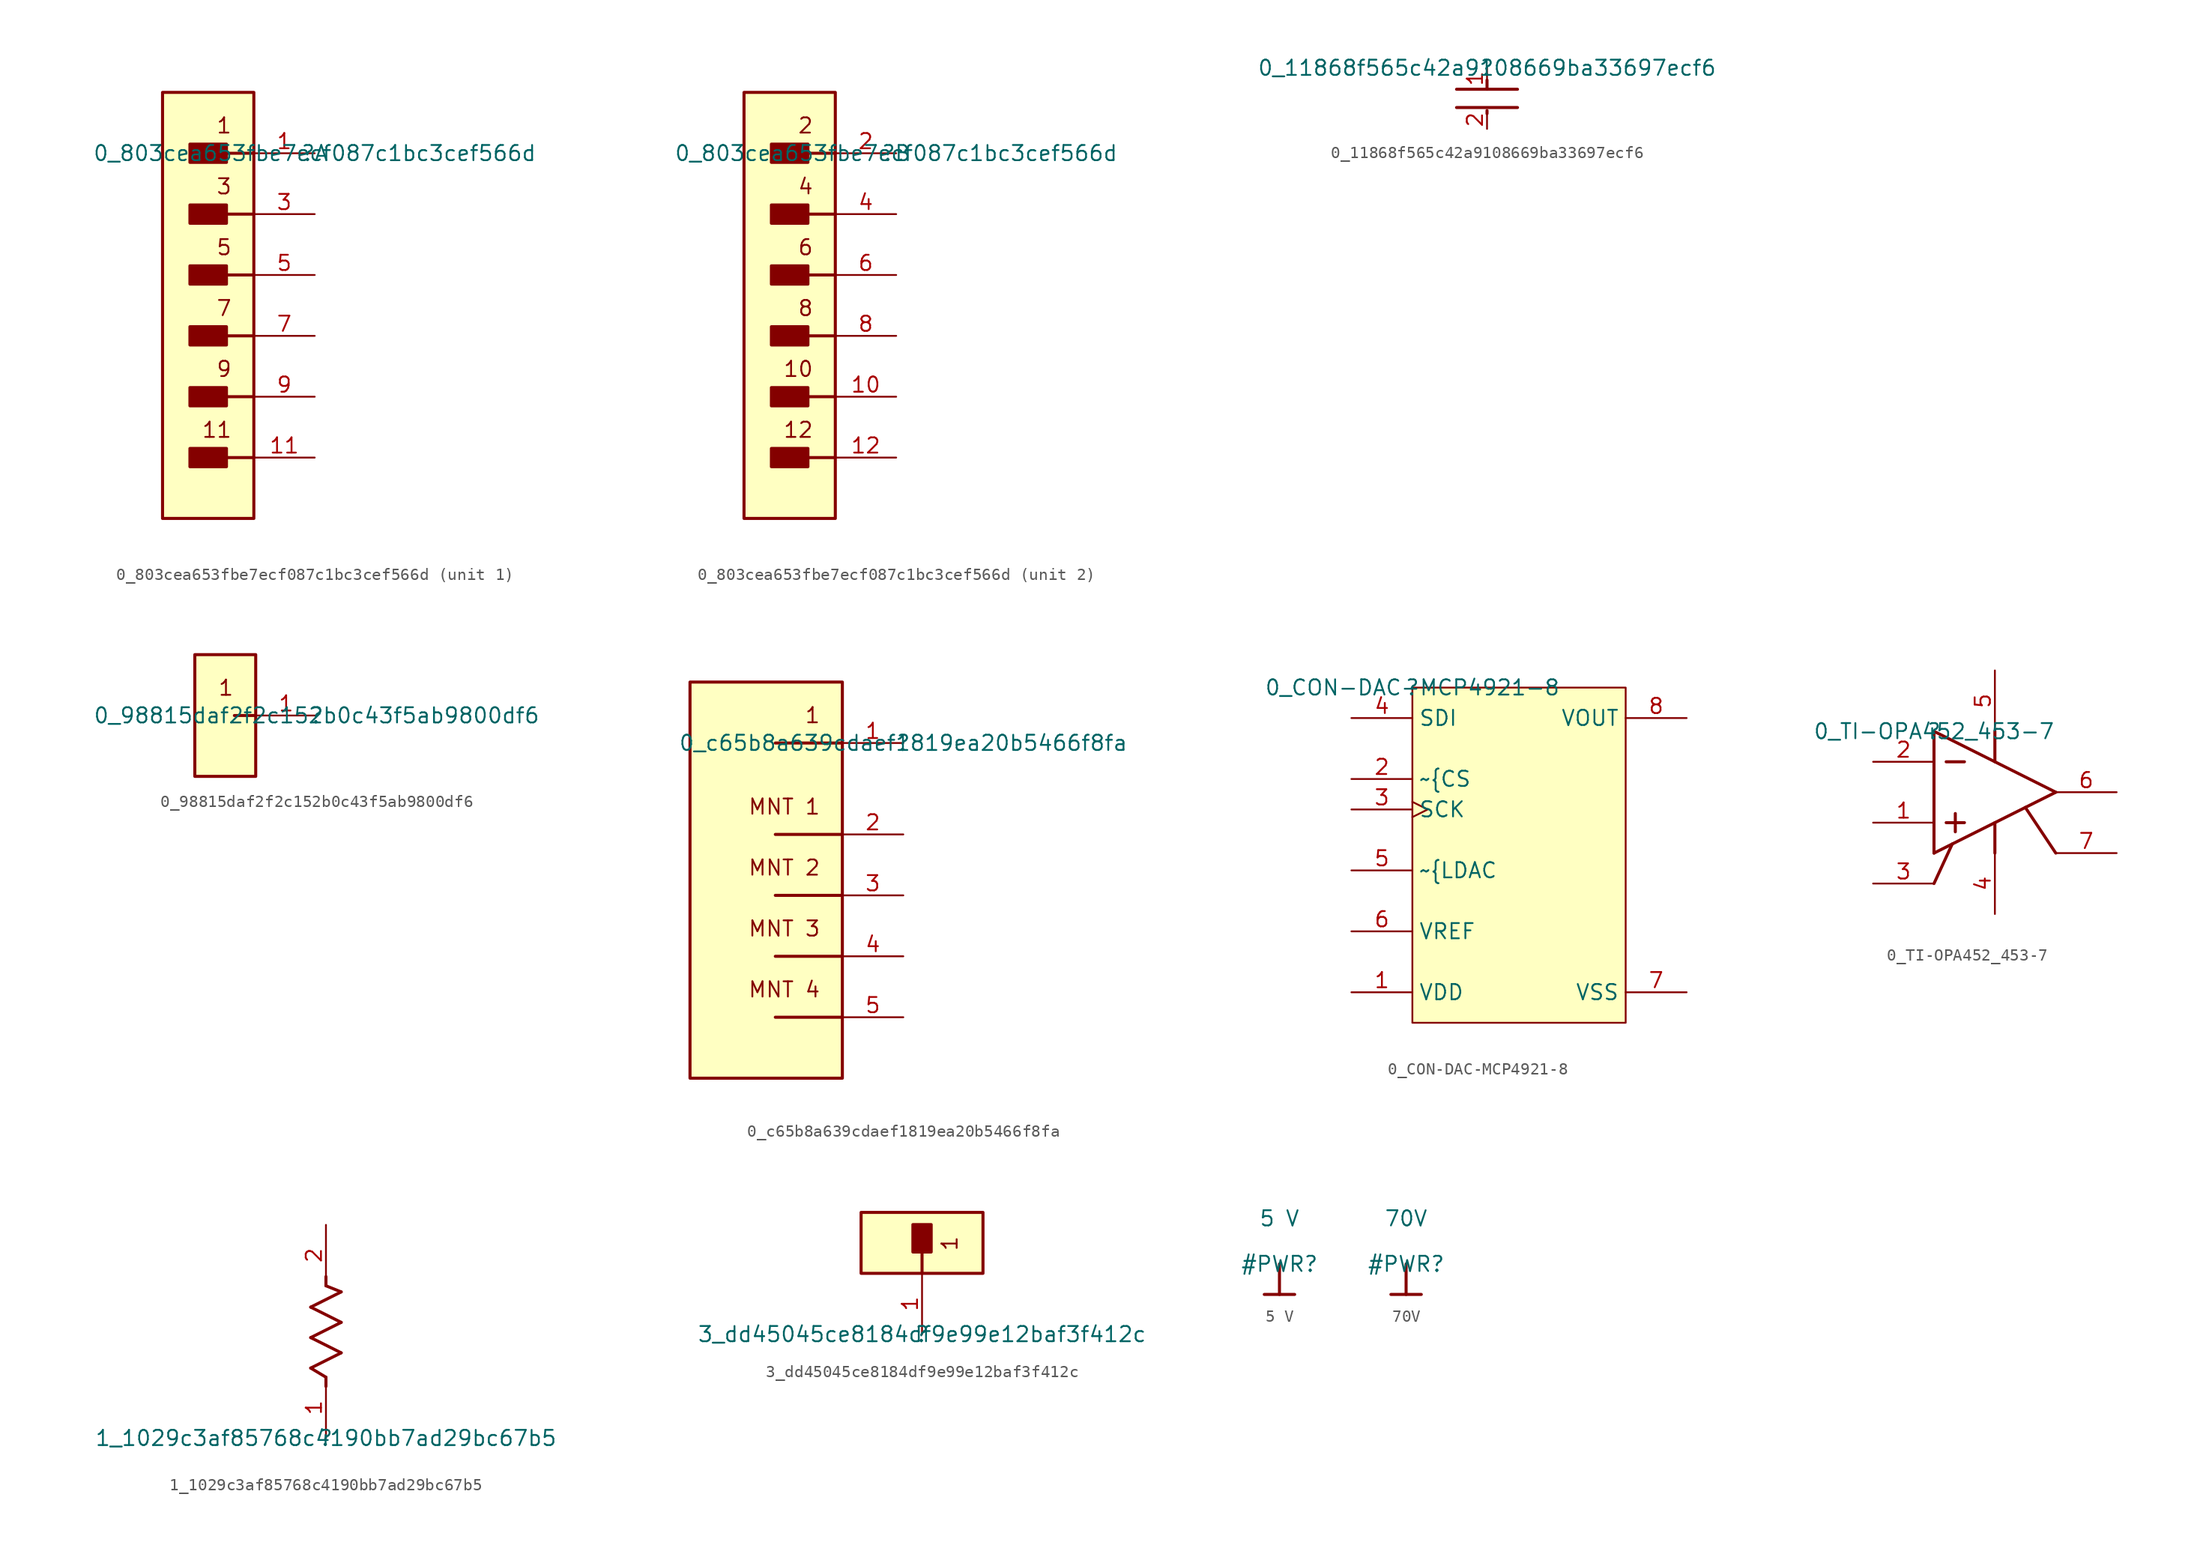
<source format=kicad_sym>
(kicad_symbol_lib
  (version 20211014)
  (generator kicad_symbol_editor)
  (symbol "0_803cea653fbe7ecf087c1bc3cef566d"
    (property "Reference" ""
      (at 0 0 0)
      (effects (font (size 1.27 1.27))))
    (property "Value" "0_803cea653fbe7ecf087c1bc3cef566d"
      (at 0 0 0)
      (effects (font (size 1.27 1.27))))
    (symbol "0_803cea653fbe7ecf087c1bc3cef566d_1_0"
      (rectangle (start -7.366 -24.638) (end -10.414 -26.162) (stroke (width 0.254) (type default) (color 0 0 0 0)) (fill (type outline)))
      (rectangle (start -7.366 -19.558) (end -10.414 -21.082) (stroke (width 0.254) (type default) (color 0 0 0 0)) (fill (type outline)))
      (rectangle (start -7.366 -14.478) (end -10.414 -16.002) (stroke (width 0.254) (type default) (color 0 0 0 0)) (fill (type outline)))
      (rectangle (start -7.366 -9.398) (end -10.414 -10.922) (stroke (width 0.254) (type default) (color 0 0 0 0)) (fill (type outline)))
      (rectangle (start -7.366 -4.318) (end -10.414 -5.842) (stroke (width 0.254) (type default) (color 0 0 0 0)) (fill (type outline)))
      (rectangle (start -7.366 0.762) (end -10.414 -0.762) (stroke (width 0.254) (type default) (color 0 0 0 0)) (fill (type outline)))
      (rectangle (start -5.08 5.08) (end -12.7 -30.48) (stroke (width 0.254) (type default) (color 0 0 0 0)) (fill (type background)))
      (polyline (pts (xy -8.128 -25.4) (xy -5.08 -25.4)) (stroke (width 0.254) (type default) (color 0 0 0 0)) (fill (type none)))
      (polyline (pts (xy -8.128 -20.32) (xy -5.08 -20.32)) (stroke (width 0.254) (type default) (color 0 0 0 0)) (fill (type none)))
      (polyline (pts (xy -8.128 -15.24) (xy -5.08 -15.24)) (stroke (width 0.254) (type default) (color 0 0 0 0)) (fill (type none)))
      (polyline (pts (xy -8.128 -10.16) (xy -5.08 -10.16)) (stroke (width 0.254) (type default) (color 0 0 0 0)) (fill (type none)))
      (polyline (pts (xy -8.128 -5.08) (xy -5.08 -5.08)) (stroke (width 0.254) (type default) (color 0 0 0 0)) (fill (type none)))
      (polyline (pts (xy -8.128 0) (xy -5.08 0)) (stroke (width 0.254) (type default) (color 0 0 0 0)) (fill (type none)))
      (text "1" (at -6.858 3.048 0) (effects (font (size 1.27 1.27)) (justify right top)))
      (text "11" (at -6.858 -22.352 0) (effects (font (size 1.27 1.27)) (justify right top)))
      (text "3" (at -6.858 -2.032 0) (effects (font (size 1.27 1.27)) (justify right top)))
      (text "5" (at -6.858 -7.112 0) (effects (font (size 1.27 1.27)) (justify right top)))
      (text "7" (at -6.858 -12.192 0) (effects (font (size 1.27 1.27)) (justify right top)))
      (text "9" (at -6.858 -17.272 0) (effects (font (size 1.27 1.27)) (justify right top)))
      (pin passive line (at 0 0 180) (length 5.08) (name "1" (effects (font (size 0 0)))) (number "1" (effects (font (size 1.27 1.27)))))
      (pin passive line (at 0 -25.4 180) (length 5.08) (name "11" (effects (font (size 0 0)))) (number "11" (effects (font (size 1.27 1.27)))))
      (pin passive line (at 0 -5.08 180) (length 5.08) (name "3" (effects (font (size 0 0)))) (number "3" (effects (font (size 1.27 1.27)))))
      (pin passive line (at 0 -10.16 180) (length 5.08) (name "5" (effects (font (size 0 0)))) (number "5" (effects (font (size 1.27 1.27)))))
      (pin passive line (at 0 -15.24 180) (length 5.08) (name "7" (effects (font (size 0 0)))) (number "7" (effects (font (size 1.27 1.27)))))
      (pin passive line (at 0 -20.32 180) (length 5.08) (name "9" (effects (font (size 0 0)))) (number "9" (effects (font (size 1.27 1.27))))))
    (symbol "0_803cea653fbe7ecf087c1bc3cef566d_2_0"
      (rectangle (start -7.366 -24.638) (end -10.414 -26.162) (stroke (width 0.254) (type default) (color 0 0 0 0)) (fill (type outline)))
      (rectangle (start -7.366 -19.558) (end -10.414 -21.082) (stroke (width 0.254) (type default) (color 0 0 0 0)) (fill (type outline)))
      (rectangle (start -7.366 -14.478) (end -10.414 -16.002) (stroke (width 0.254) (type default) (color 0 0 0 0)) (fill (type outline)))
      (rectangle (start -7.366 -9.398) (end -10.414 -10.922) (stroke (width 0.254) (type default) (color 0 0 0 0)) (fill (type outline)))
      (rectangle (start -7.366 -4.318) (end -10.414 -5.842) (stroke (width 0.254) (type default) (color 0 0 0 0)) (fill (type outline)))
      (rectangle (start -7.366 0.762) (end -10.414 -0.762) (stroke (width 0.254) (type default) (color 0 0 0 0)) (fill (type outline)))
      (rectangle (start -5.08 5.08) (end -12.7 -30.48) (stroke (width 0.254) (type default) (color 0 0 0 0)) (fill (type background)))
      (polyline (pts (xy -8.128 -25.4) (xy -5.08 -25.4)) (stroke (width 0.254) (type default) (color 0 0 0 0)) (fill (type none)))
      (polyline (pts (xy -8.128 -20.32) (xy -5.08 -20.32)) (stroke (width 0.254) (type default) (color 0 0 0 0)) (fill (type none)))
      (polyline (pts (xy -8.128 -15.24) (xy -5.08 -15.24)) (stroke (width 0.254) (type default) (color 0 0 0 0)) (fill (type none)))
      (polyline (pts (xy -8.128 -10.16) (xy -5.08 -10.16)) (stroke (width 0.254) (type default) (color 0 0 0 0)) (fill (type none)))
      (polyline (pts (xy -8.128 -5.08) (xy -5.08 -5.08)) (stroke (width 0.254) (type default) (color 0 0 0 0)) (fill (type none)))
      (polyline (pts (xy -8.128 0) (xy -5.08 0)) (stroke (width 0.254) (type default) (color 0 0 0 0)) (fill (type none)))
      (text "10" (at -6.858 -17.272 0) (effects (font (size 1.27 1.27)) (justify right top)))
      (text "12" (at -6.858 -22.352 0) (effects (font (size 1.27 1.27)) (justify right top)))
      (text "2" (at -6.858 3.048 0) (effects (font (size 1.27 1.27)) (justify right top)))
      (text "4" (at -6.858 -2.032 0) (effects (font (size 1.27 1.27)) (justify right top)))
      (text "6" (at -6.858 -7.112 0) (effects (font (size 1.27 1.27)) (justify right top)))
      (text "8" (at -6.858 -12.192 0) (effects (font (size 1.27 1.27)) (justify right top)))
      (pin passive line (at 0 -20.32 180) (length 5.08) (name "10" (effects (font (size 0 0)))) (number "10" (effects (font (size 1.27 1.27)))))
      (pin passive line (at 0 -25.4 180) (length 5.08) (name "12" (effects (font (size 0 0)))) (number "12" (effects (font (size 1.27 1.27)))))
      (pin passive line (at 0 0 180) (length 5.08) (name "2" (effects (font (size 0 0)))) (number "2" (effects (font (size 1.27 1.27)))))
      (pin passive line (at 0 -5.08 180) (length 5.08) (name "4" (effects (font (size 0 0)))) (number "4" (effects (font (size 1.27 1.27)))))
      (pin passive line (at 0 -10.16 180) (length 5.08) (name "6" (effects (font (size 0 0)))) (number "6" (effects (font (size 1.27 1.27)))))
      (pin passive line (at 0 -15.24 180) (length 5.08) (name "8" (effects (font (size 0 0)))) (number "8" (effects (font (size 1.27 1.27)))))))
  (symbol "0_11868f565c42a9108669ba33697ecf6"
    (property "Reference" ""
      (at 0 0 0)
      (effects (font (size 1.27 1.27))))
    (property "Value" "0_11868f565c42a9108669ba33697ecf6"
      (at 0 0 0)
      (effects (font (size 1.27 1.27))))
    (symbol "0_11868f565c42a9108669ba33697ecf6_1_0"
      (polyline (pts (xy 0 -3.556) (xy 0 -3.81)) (stroke (width 0.254) (type default) (color 0 0 0 0)) (fill (type none)))
      (polyline (pts (xy 0 -1.778) (xy 0 -1.016)) (stroke (width 0.254) (type default) (color 0 0 0 0)) (fill (type none)))
      (polyline (pts (xy 2.54 -3.302) (xy -2.54 -3.302)) (stroke (width 0.254) (type default) (color 0 0 0 0)) (fill (type none)))
      (polyline (pts (xy 2.54 -1.778) (xy -2.54 -1.778)) (stroke (width 0.254) (type default) (color 0 0 0 0)) (fill (type none)))
      (pin passive line (at 0 0 270) (length 1.778) (name "1" (effects (font (size 0 0)))) (number "1" (effects (font (size 1.27 1.27)))))
      (pin passive line (at 0 -5.08 90) (length 1.524) (name "2" (effects (font (size 0 0)))) (number "2" (effects (font (size 1.27 1.27)))))))
  (symbol "0_98815daf2f2c152b0c43f5ab9800df6"
    (property "Reference" ""
      (at 0 0 0)
      (effects (font (size 1.27 1.27))))
    (property "Value" "0_98815daf2f2c152b0c43f5ab9800df6"
      (at 0 0 0)
      (effects (font (size 1.27 1.27))))
    (symbol "0_98815daf2f2c152b0c43f5ab9800df6_1_0"
      (rectangle (start -5.08 5.08) (end -10.16 -5.08) (stroke (width 0.254) (type default) (color 0 0 0 0)) (fill (type background)))
      (polyline (pts (xy -6.858 0) (xy -5.08 0)) (stroke (width 0.254) (type default) (color 0 0 0 0)) (fill (type none)))
      (text "1" (at -6.858 3.048 0) (effects (font (size 1.27 1.27)) (justify right top)))
      (pin passive line (at 0 0 180) (length 5.08) (name "1" (effects (font (size 0 0)))) (number "1" (effects (font (size 1.27 1.27)))))))
  (symbol "0_c65b8a639cdaef1819ea20b5466f8fa"
    (property "Reference" ""
      (at 0 0 0)
      (effects (font (size 1.27 1.27))))
    (property "Value" "0_c65b8a639cdaef1819ea20b5466f8fa"
      (at 0 0 0)
      (effects (font (size 1.27 1.27))))
    (symbol "0_c65b8a639cdaef1819ea20b5466f8fa_1_0"
      (rectangle (start -5.08 5.08) (end -17.78 -27.94) (stroke (width 0.254) (type default) (color 0 0 0 0)) (fill (type background)))
      (polyline (pts (xy -10.668 -22.86) (xy -5.08 -22.86)) (stroke (width 0.254) (type default) (color 0 0 0 0)) (fill (type none)))
      (polyline (pts (xy -10.668 -17.78) (xy -5.08 -17.78)) (stroke (width 0.254) (type default) (color 0 0 0 0)) (fill (type none)))
      (polyline (pts (xy -10.668 -12.7) (xy -5.08 -12.7)) (stroke (width 0.254) (type default) (color 0 0 0 0)) (fill (type none)))
      (polyline (pts (xy -10.668 -7.62) (xy -5.08 -7.62)) (stroke (width 0.254) (type default) (color 0 0 0 0)) (fill (type none)))
      (polyline (pts (xy -10.668 0) (xy -5.08 0)) (stroke (width 0.254) (type default) (color 0 0 0 0)) (fill (type none)))
      (text "1" (at -6.858 3.048 0) (effects (font (size 1.27 1.27)) (justify right top)))
      (text "MNT 1" (at -6.858 -4.572 0) (effects (font (size 1.27 1.27)) (justify right top)))
      (text "MNT 2" (at -6.858 -9.652 0) (effects (font (size 1.27 1.27)) (justify right top)))
      (text "MNT 3" (at -6.858 -14.732 0) (effects (font (size 1.27 1.27)) (justify right top)))
      (text "MNT 4" (at -6.858 -19.812 0) (effects (font (size 1.27 1.27)) (justify right top)))
      (pin passive line (at 0 0 180) (length 5.08) (name "1" (effects (font (size 0 0)))) (number "1" (effects (font (size 1.27 1.27)))))
      (pin passive line (at 0 -7.62 180) (length 5.08) (name "MNT_1" (effects (font (size 0 0)))) (number "2" (effects (font (size 1.27 1.27)))))
      (pin passive line (at 0 -12.7 180) (length 5.08) (name "MNT_2" (effects (font (size 0 0)))) (number "3" (effects (font (size 1.27 1.27)))))
      (pin passive line (at 0 -17.78 180) (length 5.08) (name "MNT_3" (effects (font (size 0 0)))) (number "4" (effects (font (size 1.27 1.27)))))
      (pin passive line (at 0 -22.86 180) (length 5.08) (name "MNT_4" (effects (font (size 0 0)))) (number "5" (effects (font (size 1.27 1.27)))))))
  (symbol "0_CON-DAC-MCP4921-8"
    (property "Reference" ""
      (at 0 0 0)
      (effects (font (size 1.27 1.27))))
    (property "Value" "0_CON-DAC-MCP4921-8"
      (at 0 0 0)
      (effects (font (size 1.27 1.27))))
    (symbol "0_CON-DAC-MCP4921-8_1_0"
      (rectangle (start 17.78 0) (end 0 -27.94) (stroke (width 0) (type default) (color 0 0 0 0)) (fill (type background)))
      (pin power_in line (at -5.08 -25.4 0) (length 5.08) (name "VDD" (effects (font (size 1.27 1.27)))) (number "1" (effects (font (size 1.27 1.27)))))
      (pin input line (at -5.08 -7.62 0) (length 5.08) (name "~{CS" (effects (font (size 1.27 1.27)))) (number "2" (effects (font (size 1.27 1.27)))))
      (pin input clock (at -5.08 -10.16 0) (length 5.08) (name "SCK" (effects (font (size 1.27 1.27)))) (number "3" (effects (font (size 1.27 1.27)))))
      (pin input line (at -5.08 -2.54 0) (length 5.08) (name "SDI" (effects (font (size 1.27 1.27)))) (number "4" (effects (font (size 1.27 1.27)))))
      (pin input line (at -5.08 -15.24 0) (length 5.08) (name "~{LDAC" (effects (font (size 1.27 1.27)))) (number "5" (effects (font (size 1.27 1.27)))))
      (pin input line (at -5.08 -20.32 0) (length 5.08) (name "VREF" (effects (font (size 1.27 1.27)))) (number "6" (effects (font (size 1.27 1.27)))))
      (pin power_in line (at 22.86 -25.4 180) (length 5.08) (name "VSS" (effects (font (size 1.27 1.27)))) (number "7" (effects (font (size 1.27 1.27)))))
      (pin output line (at 22.86 -2.54 180) (length 5.08) (name "VOUT" (effects (font (size 1.27 1.27)))) (number "8" (effects (font (size 1.27 1.27)))))))
  (symbol "0_TI-OPA452_453-7"
    (property "Reference" ""
      (at 0 0 0)
      (effects (font (size 1.27 1.27))))
    (property "Value" "0_TI-OPA452_453-7"
      (at 0 0 0)
      (effects (font (size 1.27 1.27))))
    (symbol "0_TI-OPA452_453-7_1_0"
      (polyline (pts (xy 0 -10.16) (xy 10.16 -5.08)) (stroke (width 0.254) (type default) (color 0 0 0 0)) (fill (type none)))
      (polyline (pts (xy 0 0) (xy 0 -10.16)) (stroke (width 0.254) (type default) (color 0 0 0 0)) (fill (type none)))
      (polyline (pts (xy 0 0) (xy 10.16 -5.08)) (stroke (width 0.254) (type default) (color 0 0 0 0)) (fill (type none)))
      (polyline (pts (xy 1.016 -7.62) (xy 2.54 -7.62)) (stroke (width 0.254) (type default) (color 0 0 0 0)) (fill (type none)))
      (polyline (pts (xy 1.016 -2.54) (xy 2.54 -2.54)) (stroke (width 0.254) (type default) (color 0 0 0 0)) (fill (type none)))
      (polyline (pts (xy 1.524 -9.398) (xy 0 -12.7)) (stroke (width 0.254) (type default) (color 0 0 0 0)) (fill (type none)))
      (polyline (pts (xy 1.778 -6.858) (xy 1.778 -8.382)) (stroke (width 0.254) (type default) (color 0 0 0 0)) (fill (type none)))
      (polyline (pts (xy 5.08 -7.62) (xy 5.08 -10.16)) (stroke (width 0.254) (type default) (color 0 0 0 0)) (fill (type none)))
      (polyline (pts (xy 5.08 0) (xy 5.08 -2.54)) (stroke (width 0.254) (type default) (color 0 0 0 0)) (fill (type none)))
      (polyline (pts (xy 7.62 -6.35) (xy 10.16 -10.16)) (stroke (width 0.254) (type default) (color 0 0 0 0)) (fill (type none)))
      (pin input line (at -5.08 -7.62 0) (length 5.08) (name "VIN+" (effects (font (size 0 0)))) (number "1" (effects (font (size 1.27 1.27)))))
      (pin input line (at -5.08 -2.54 0) (length 5.08) (name "VIN-" (effects (font (size 0 0)))) (number "2" (effects (font (size 1.27 1.27)))))
      (pin passive line (at -5.08 -12.7 0) (length 5.08) (name "NC" (effects (font (size 0 0)))) (number "3" (effects (font (size 1.27 1.27)))))
      (pin power_in line (at 5.08 -15.24 90) (length 5.08) (name "V-" (effects (font (size 0 0)))) (number "4" (effects (font (size 1.27 1.27)))))
      (pin power_in line (at 5.08 5.08 270) (length 5.08) (name "V+" (effects (font (size 0 0)))) (number "5" (effects (font (size 1.27 1.27)))))
      (pin output line (at 15.24 -5.08 180) (length 5.08) (name "VO" (effects (font (size 0 0)))) (number "6" (effects (font (size 1.27 1.27)))))
      (pin output line (at 15.24 -10.16 180) (length 5.08) (name "FLAG" (effects (font (size 0 0)))) (number "7" (effects (font (size 1.27 1.27)))))))
  (symbol "1_1029c3af85768c4190bb7ad29bc67b5"
    (property "Reference" ""
      (at 0 0 0)
      (effects (font (size 1.27 1.27))))
    (property "Value" "1_1029c3af85768c4190bb7ad29bc67b5"
      (at 0 0 0)
      (effects (font (size 1.27 1.27))))
    (symbol "1_1029c3af85768c4190bb7ad29bc67b5_1_0"
      (polyline (pts (xy -1.27 5.842) (xy 1.27 7.112)) (stroke (width 0.254) (type default) (color 0 0 0 0)) (fill (type none)))
      (polyline (pts (xy -1.27 8.382) (xy 1.27 9.652)) (stroke (width 0.254) (type default) (color 0 0 0 0)) (fill (type none)))
      (polyline (pts (xy -1.27 10.922) (xy 1.27 12.192)) (stroke (width 0.254) (type default) (color 0 0 0 0)) (fill (type none)))
      (polyline (pts (xy 0 5.08) (xy -1.27 5.842)) (stroke (width 0.254) (type default) (color 0 0 0 0)) (fill (type none)))
      (polyline (pts (xy 0 5.08) (xy 0 4.318)) (stroke (width 0.254) (type default) (color 0 0 0 0)) (fill (type none)))
      (polyline (pts (xy 0 12.7) (xy 0 13.462)) (stroke (width 0.254) (type default) (color 0 0 0 0)) (fill (type none)))
      (polyline (pts (xy 1.27 7.112) (xy -1.27 8.382)) (stroke (width 0.254) (type default) (color 0 0 0 0)) (fill (type none)))
      (polyline (pts (xy 1.27 9.652) (xy -1.27 10.922)) (stroke (width 0.254) (type default) (color 0 0 0 0)) (fill (type none)))
      (polyline (pts (xy 1.27 12.192) (xy 0 12.7)) (stroke (width 0.254) (type default) (color 0 0 0 0)) (fill (type none)))
      (pin passive line (at 0 0 90) (length 5.08) (name "1" (effects (font (size 0 0)))) (number "1" (effects (font (size 1.27 1.27)))))
      (pin passive line (at 0 17.78 270) (length 5.08) (name "2" (effects (font (size 0 0)))) (number "2" (effects (font (size 1.27 1.27)))))))
  (symbol "3_dd45045ce8184df9e99e12baf3f412c"
    (property "Reference" ""
      (at 0 0 0)
      (effects (font (size 1.27 1.27))))
    (property "Value" "3_dd45045ce8184df9e99e12baf3f412c"
      (at 0 0 0)
      (effects (font (size 1.27 1.27))))
    (symbol "3_dd45045ce8184df9e99e12baf3f412c_1_0"
      (polyline (pts (xy 0 6.858) (xy 0 5.08)) (stroke (width 0.254) (type default) (color 0 0 0 0)) (fill (type none)))
      (rectangle (start 0.762 9.144) (end -0.762 6.858) (stroke (width 0.254) (type default) (color 0 0 0 0)) (fill (type outline)))
      (rectangle (start 5.08 10.16) (end -5.08 5.08) (stroke (width 0.254) (type default) (color 0 0 0 0)) (fill (type background)))
      (text "1" (at 3.048 6.858 900) (effects (font (size 1.27 1.27)) (justify left bottom)))
      (pin passive line (at 0 0 90) (length 5.08) (name "1" (effects (font (size 0 0)))) (number "1" (effects (font (size 1.27 1.27)))))))
  (symbol "5 V"
    (power)
    (property "Reference" "#PWR"
      (at 0 0 0)
      (effects (font (size 1.27 1.27))))
    (property "Value" "5 V"
      (at 0 3.81 0)
      (effects (font (size 1.27 1.27))))
    (symbol "5 V_0_0"
      (polyline (pts (xy -1.27 -2.54) (xy 1.27 -2.54)) (stroke (width 0.254) (type default) (color 0 0 0 0)) (fill (type none)))
      (polyline (pts (xy 0 0) (xy 0 -2.54)) (stroke (width 0.254) (type default) (color 0 0 0 0)) (fill (type none)))
      (pin power_in line (at 0 0 0) (length 0) hide (name "5_V" (effects (font (size 1.27 1.27)))) (number "" (effects (font (size 1.27 1.27)))))))
  (symbol "70V"
    (power)
    (property "Reference" "#PWR"
      (at 0 0 0)
      (effects (font (size 1.27 1.27))))
    (property "Value" "70V"
      (at 0 3.81 0)
      (effects (font (size 1.27 1.27))))
    (symbol "70V_0_0"
      (polyline (pts (xy -1.27 -2.54) (xy 1.27 -2.54)) (stroke (width 0.254) (type default) (color 0 0 0 0)) (fill (type none)))
      (polyline (pts (xy 0 0) (xy 0 -2.54)) (stroke (width 0.254) (type default) (color 0 0 0 0)) (fill (type none)))
      (pin power_in line (at 0 0 0) (length 0) hide (name "70V" (effects (font (size 1.27 1.27)))) (number "" (effects (font (size 1.27 1.27))))))))
</source>
